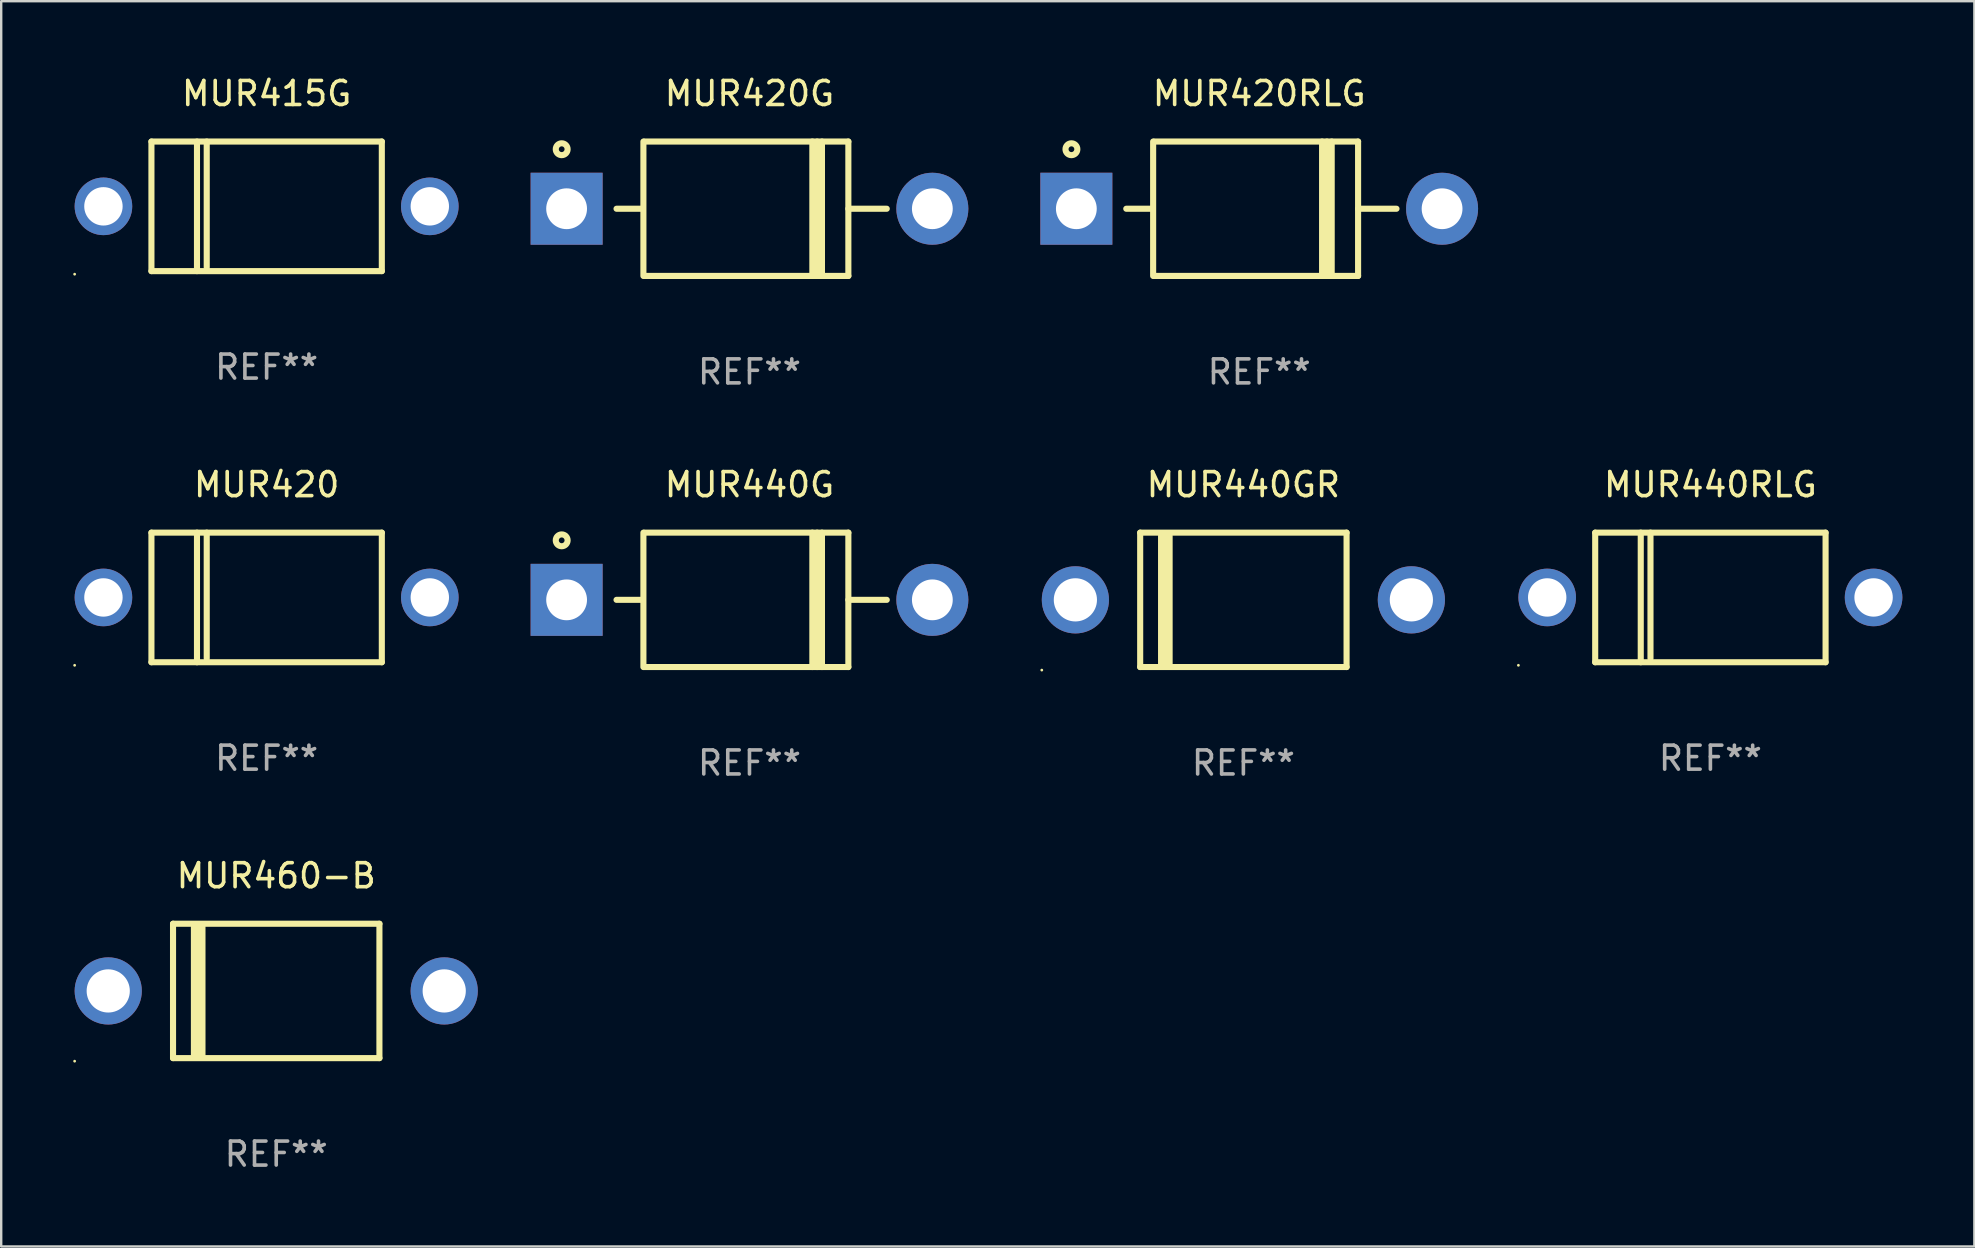
<source format=kicad_pcb>
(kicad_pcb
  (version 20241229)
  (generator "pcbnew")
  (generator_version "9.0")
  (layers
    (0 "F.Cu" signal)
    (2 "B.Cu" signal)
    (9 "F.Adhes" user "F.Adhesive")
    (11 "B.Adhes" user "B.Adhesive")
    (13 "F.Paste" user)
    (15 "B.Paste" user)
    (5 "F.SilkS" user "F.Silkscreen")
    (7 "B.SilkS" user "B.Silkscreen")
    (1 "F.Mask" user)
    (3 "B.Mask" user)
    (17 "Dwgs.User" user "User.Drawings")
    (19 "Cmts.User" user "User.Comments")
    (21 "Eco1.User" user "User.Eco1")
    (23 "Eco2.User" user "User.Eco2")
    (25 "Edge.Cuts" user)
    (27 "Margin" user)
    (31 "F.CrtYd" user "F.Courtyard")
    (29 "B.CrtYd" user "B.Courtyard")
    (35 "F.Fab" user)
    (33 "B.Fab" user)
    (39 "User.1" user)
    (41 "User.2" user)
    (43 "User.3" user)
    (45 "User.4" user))
  (footprint "MUR440RLG"
    (layer "F.Cu")
    (at 68.22 21.845)
    (property "Reference" "MUR440RLG" (at 0 -4.7 0) (layer "F.SilkS") (effects (font (size 1 1) (thickness 0.15))))
    (attr through_hole)
    (fp_line (start -4.8 -2.7) (end -4.8 2.7) (stroke (width 0.254) (type solid)) (layer "F.SilkS"))
    (fp_line (start -4.8 -2.7) (end 4.8 -2.7) (stroke (width 0.254) (type solid)) (layer "F.SilkS"))
    (fp_line (start -2.902 -2.7) (end -2.902 2.7) (stroke (width 0.254) (type solid)) (layer "F.SilkS"))
    (fp_line (start -2.496 -2.7) (end -2.496 2.54) (stroke (width 0.254) (type solid)) (layer "F.SilkS"))
    (fp_line (start 4.8 -2.7) (end 4.8 2.7) (stroke (width 0.254) (type solid)) (layer "F.SilkS"))
    (fp_line (start 4.8 2.7) (end -4.8 2.7) (stroke (width 0.254) (type solid)) (layer "F.SilkS"))
    (fp_circle (center -8 2.827) (end -7.97 2.827) (stroke (width 0.06) (type solid)) (fill no) (layer "F.SilkS"))
    (fp_text user "REF**" (at 0 6.7 0) (layer "F.Fab") (effects (font (size 1 1) (thickness 0.15))))
    (pad "1" thru_hole circle (at -6.8 0) (size 2.4 2.4) (drill 1.6) (layers "*.Cu" "*.Mask"))
    (pad "2" thru_hole circle (at 6.8 0) (size 2.4 2.4) (drill 1.6) (layers "*.Cu" "*.Mask")))
  (footprint "MUR440GR"
    (layer "F.Cu")
    (at 48.76 21.945)
    (property "Reference" "MUR440GR" (at 0 -4.8 0) (layer "F.SilkS") (effects (font (size 1 1) (thickness 0.15))))
    (attr through_hole)
    (fp_line (start -4.3 -2.8) (end -4.3 2.8) (stroke (width 0.254) (type solid)) (layer "F.SilkS"))
    (fp_line (start -4.3 -2.8) (end 4.3 -2.8) (stroke (width 0.254) (type solid)) (layer "F.SilkS"))
    (fp_line (start -4.3 2.8) (end 4.3 2.8) (stroke (width 0.254) (type solid)) (layer "F.SilkS"))
    (fp_line (start -3.442 2.667) (end -3.442 -2.667) (stroke (width 0.229) (type solid)) (layer "F.SilkS"))
    (fp_line (start -3.315 2.667) (end -3.315 -2.667) (stroke (width 0.229) (type solid)) (layer "F.SilkS"))
    (fp_line (start -3.188 2.667) (end -3.188 -2.667) (stroke (width 0.229) (type solid)) (layer "F.SilkS"))
    (fp_line (start -3.061 2.667) (end -3.061 -2.667) (stroke (width 0.229) (type solid)) (layer "F.SilkS"))
    (fp_line (start 4.3 -2.8) (end 4.3 2.8) (stroke (width 0.254) (type solid)) (layer "F.SilkS"))
    (fp_circle (center -8.4 2.927) (end -8.37 2.927) (stroke (width 0.06) (type solid)) (fill no) (layer "F.SilkS"))
    (fp_text user "REF**" (at 0 6.8 0) (layer "F.Fab") (effects (font (size 1 1) (thickness 0.15))))
    (pad "1" thru_hole circle (at -7 0) (size 2.8 2.8) (drill 1.8) (layers "*.Cu" "*.Mask"))
    (pad "2" thru_hole circle (at 7 0) (size 2.8 2.8) (drill 1.8) (layers "*.Cu" "*.Mask")))
  (footprint "MUR415G"
    (layer "F.Cu")
    (at 8.06 5.548)
    (property "Reference" "MUR415G" (at 0 -4.7 0) (layer "F.SilkS") (effects (font (size 1 1) (thickness 0.15))))
    (attr through_hole)
    (fp_line (start -4.8 -2.7) (end -4.8 2.7) (stroke (width 0.254) (type solid)) (layer "F.SilkS"))
    (fp_line (start -4.8 -2.7) (end 4.8 -2.7) (stroke (width 0.254) (type solid)) (layer "F.SilkS"))
    (fp_line (start -2.902 -2.7) (end -2.902 2.7) (stroke (width 0.254) (type solid)) (layer "F.SilkS"))
    (fp_line (start -2.496 -2.7) (end -2.496 2.54) (stroke (width 0.254) (type solid)) (layer "F.SilkS"))
    (fp_line (start 4.8 -2.7) (end 4.8 2.7) (stroke (width 0.254) (type solid)) (layer "F.SilkS"))
    (fp_line (start 4.8 2.7) (end -4.8 2.7) (stroke (width 0.254) (type solid)) (layer "F.SilkS"))
    (fp_circle (center -8 2.827) (end -7.97 2.827) (stroke (width 0.06) (type solid)) (fill no) (layer "F.SilkS"))
    (fp_text user "REF**" (at 0 6.7 0) (layer "F.Fab") (effects (font (size 1 1) (thickness 0.15))))
    (pad "1" thru_hole circle (at -6.8 0) (size 2.4 2.4) (drill 1.6) (layers "*.Cu" "*.Mask"))
    (pad "2" thru_hole circle (at 6.8 0) (size 2.4 2.4) (drill 1.6) (layers "*.Cu" "*.Mask")))
  (footprint "MUR420G"
    (layer "F.Cu")
    (at 28.18 5.648)
    (property "Reference" "MUR420G" (at 0 -4.8 0) (layer "F.SilkS") (effects (font (size 1 1) (thickness 0.15))))
    (attr through_hole)
    (fp_line (start -5.54 0) (end -4.44 0) (stroke (width 0.254) (type solid)) (layer "F.SilkS"))
    (fp_line (start -4.42 2.8) (end -4.42 -2.8) (stroke (width 0.254) (type solid)) (layer "F.SilkS"))
    (fp_line (start -4.38 -2.8) (end 4.12 -2.8) (stroke (width 0.254) (type solid)) (layer "F.SilkS"))
    (fp_line (start 2.62 -2.8) (end 2.62 2.8) (stroke (width 0.254) (type solid)) (layer "F.SilkS"))
    (fp_line (start 2.82 -2.8) (end 2.82 2.8) (stroke (width 0.254) (type solid)) (layer "F.SilkS"))
    (fp_line (start 3.02 -2.8) (end 3.02 2.8) (stroke (width 0.254) (type solid)) (layer "F.SilkS"))
    (fp_line (start 4.12 -2.8) (end 4.12 2.8) (stroke (width 0.254) (type solid)) (layer "F.SilkS"))
    (fp_line (start 4.12 0) (end 5.72 0) (stroke (width 0.254) (type solid)) (layer "F.SilkS"))
    (fp_line (start 4.12 2.8) (end -4.38 2.8) (stroke (width 0.254) (type solid)) (layer "F.SilkS"))
    (fp_circle (center -7.825 -2.48) (end -7.705 -2.48) (stroke (width 0.254) (type solid)) (fill no) (layer "F.SilkS"))
    (fp_text user "REF**" (at 0 6.8 0) (layer "F.Fab") (effects (font (size 1 1) (thickness 0.15))))
    (pad "1" thru_hole rect (at -7.62 0 180) (size 3 3) (drill 1.7) (layers "*.Cu" "*.Mask"))
    (pad "2" thru_hole circle (at 7.62 0) (size 3 3) (drill 1.7) (layers "*.Cu" "*.Mask")))
  (footprint "MUR420RLG"
    (layer "F.Cu")
    (at 49.42 5.648)
    (property "Reference" "MUR420RLG" (at 0 -4.8 0) (layer "F.SilkS") (effects (font (size 1 1) (thickness 0.15))))
    (attr through_hole)
    (fp_line (start -5.54 0) (end -4.44 0) (stroke (width 0.254) (type solid)) (layer "F.SilkS"))
    (fp_line (start -4.42 2.8) (end -4.42 -2.8) (stroke (width 0.254) (type solid)) (layer "F.SilkS"))
    (fp_line (start -4.38 -2.8) (end 4.12 -2.8) (stroke (width 0.254) (type solid)) (layer "F.SilkS"))
    (fp_line (start 2.62 -2.8) (end 2.62 2.8) (stroke (width 0.254) (type solid)) (layer "F.SilkS"))
    (fp_line (start 2.82 -2.8) (end 2.82 2.8) (stroke (width 0.254) (type solid)) (layer "F.SilkS"))
    (fp_line (start 3.02 -2.8) (end 3.02 2.8) (stroke (width 0.254) (type solid)) (layer "F.SilkS"))
    (fp_line (start 4.12 -2.8) (end 4.12 2.8) (stroke (width 0.254) (type solid)) (layer "F.SilkS"))
    (fp_line (start 4.12 0) (end 5.72 0) (stroke (width 0.254) (type solid)) (layer "F.SilkS"))
    (fp_line (start 4.12 2.8) (end -4.38 2.8) (stroke (width 0.254) (type solid)) (layer "F.SilkS"))
    (fp_circle (center -7.825 -2.48) (end -7.705 -2.48) (stroke (width 0.254) (type solid)) (fill no) (layer "F.SilkS"))
    (fp_text user "REF**" (at 0 6.8 0) (layer "F.Fab") (effects (font (size 1 1) (thickness 0.15))))
    (pad "1" thru_hole rect (at -7.62 0 180) (size 3 3) (drill 1.7) (layers "*.Cu" "*.Mask"))
    (pad "2" thru_hole circle (at 7.62 0) (size 3 3) (drill 1.7) (layers "*.Cu" "*.Mask")))
  (footprint "MUR440G"
    (layer "F.Cu")
    (at 28.18 21.945)
    (property "Reference" "MUR440G" (at 0 -4.8 0) (layer "F.SilkS") (effects (font (size 1 1) (thickness 0.15))))
    (attr through_hole)
    (fp_line (start -5.54 0) (end -4.44 0) (stroke (width 0.254) (type solid)) (layer "F.SilkS"))
    (fp_line (start -4.42 2.8) (end -4.42 -2.8) (stroke (width 0.254) (type solid)) (layer "F.SilkS"))
    (fp_line (start -4.38 -2.8) (end 4.12 -2.8) (stroke (width 0.254) (type solid)) (layer "F.SilkS"))
    (fp_line (start 2.62 -2.8) (end 2.62 2.8) (stroke (width 0.254) (type solid)) (layer "F.SilkS"))
    (fp_line (start 2.82 -2.8) (end 2.82 2.8) (stroke (width 0.254) (type solid)) (layer "F.SilkS"))
    (fp_line (start 3.02 -2.8) (end 3.02 2.8) (stroke (width 0.254) (type solid)) (layer "F.SilkS"))
    (fp_line (start 4.12 -2.8) (end 4.12 2.8) (stroke (width 0.254) (type solid)) (layer "F.SilkS"))
    (fp_line (start 4.12 0) (end 5.72 0) (stroke (width 0.254) (type solid)) (layer "F.SilkS"))
    (fp_line (start 4.12 2.8) (end -4.38 2.8) (stroke (width 0.254) (type solid)) (layer "F.SilkS"))
    (fp_circle (center -7.825 -2.48) (end -7.705 -2.48) (stroke (width 0.254) (type solid)) (fill no) (layer "F.SilkS"))
    (fp_text user "REF**" (at 0 6.8 0) (layer "F.Fab") (effects (font (size 1 1) (thickness 0.15))))
    (pad "1" thru_hole rect (at -7.62 0 180) (size 3 3) (drill 1.7) (layers "*.Cu" "*.Mask"))
    (pad "2" thru_hole circle (at 7.62 0) (size 3 3) (drill 1.7) (layers "*.Cu" "*.Mask")))
  (footprint "MUR420"
    (layer "F.Cu")
    (at 8.06 21.845)
    (property "Reference" "MUR420" (at 0 -4.7 0) (layer "F.SilkS") (effects (font (size 1 1) (thickness 0.15))))
    (attr through_hole)
    (fp_line (start -4.8 -2.7) (end -4.8 2.7) (stroke (width 0.254) (type solid)) (layer "F.SilkS"))
    (fp_line (start -4.8 -2.7) (end 4.8 -2.7) (stroke (width 0.254) (type solid)) (layer "F.SilkS"))
    (fp_line (start -2.902 -2.7) (end -2.902 2.7) (stroke (width 0.254) (type solid)) (layer "F.SilkS"))
    (fp_line (start -2.496 -2.7) (end -2.496 2.54) (stroke (width 0.254) (type solid)) (layer "F.SilkS"))
    (fp_line (start 4.8 -2.7) (end 4.8 2.7) (stroke (width 0.254) (type solid)) (layer "F.SilkS"))
    (fp_line (start 4.8 2.7) (end -4.8 2.7) (stroke (width 0.254) (type solid)) (layer "F.SilkS"))
    (fp_circle (center -8 2.827) (end -7.97 2.827) (stroke (width 0.06) (type solid)) (fill no) (layer "F.SilkS"))
    (fp_text user "REF**" (at 0 6.7 0) (layer "F.Fab") (effects (font (size 1 1) (thickness 0.15))))
    (pad "1" thru_hole circle (at -6.8 0) (size 2.4 2.4) (drill 1.6) (layers "*.Cu" "*.Mask"))
    (pad "2" thru_hole circle (at 6.8 0) (size 2.4 2.4) (drill 1.6) (layers "*.Cu" "*.Mask")))
  (footprint "MUR460-B"
    (layer "F.Cu")
    (at 8.46 38.241)
    (property "Reference" "MUR460-B" (at 0 -4.8 0) (layer "F.SilkS") (effects (font (size 1 1) (thickness 0.15))))
    (attr through_hole)
    (fp_line (start -4.3 -2.8) (end -4.3 2.8) (stroke (width 0.254) (type solid)) (layer "F.SilkS"))
    (fp_line (start -4.3 -2.8) (end 4.3 -2.8) (stroke (width 0.254) (type solid)) (layer "F.SilkS"))
    (fp_line (start -4.3 2.8) (end 4.3 2.8) (stroke (width 0.254) (type solid)) (layer "F.SilkS"))
    (fp_line (start -3.442 2.667) (end -3.442 -2.667) (stroke (width 0.229) (type solid)) (layer "F.SilkS"))
    (fp_line (start -3.315 2.667) (end -3.315 -2.667) (stroke (width 0.229) (type solid)) (layer "F.SilkS"))
    (fp_line (start -3.188 2.667) (end -3.188 -2.667) (stroke (width 0.229) (type solid)) (layer "F.SilkS"))
    (fp_line (start -3.061 2.667) (end -3.061 -2.667) (stroke (width 0.229) (type solid)) (layer "F.SilkS"))
    (fp_line (start 4.3 -2.8) (end 4.3 2.8) (stroke (width 0.254) (type solid)) (layer "F.SilkS"))
    (fp_circle (center -8.4 2.927) (end -8.37 2.927) (stroke (width 0.06) (type solid)) (fill no) (layer "F.SilkS"))
    (fp_text user "REF**" (at 0 6.8 0) (layer "F.Fab") (effects (font (size 1 1) (thickness 0.15))))
    (pad "1" thru_hole circle (at -7 0) (size 2.8 2.8) (drill 1.8) (layers "*.Cu" "*.Mask"))
    (pad "2" thru_hole circle (at 7 0) (size 2.8 2.8) (drill 1.8) (layers "*.Cu" "*.Mask")))
  (gr_rect
    (start -3 -3)
    (end 79.22 48.89)
    (stroke (width 0.1) (type default))
    (fill no)
    (layer "Edge.Cuts")))
</source>
